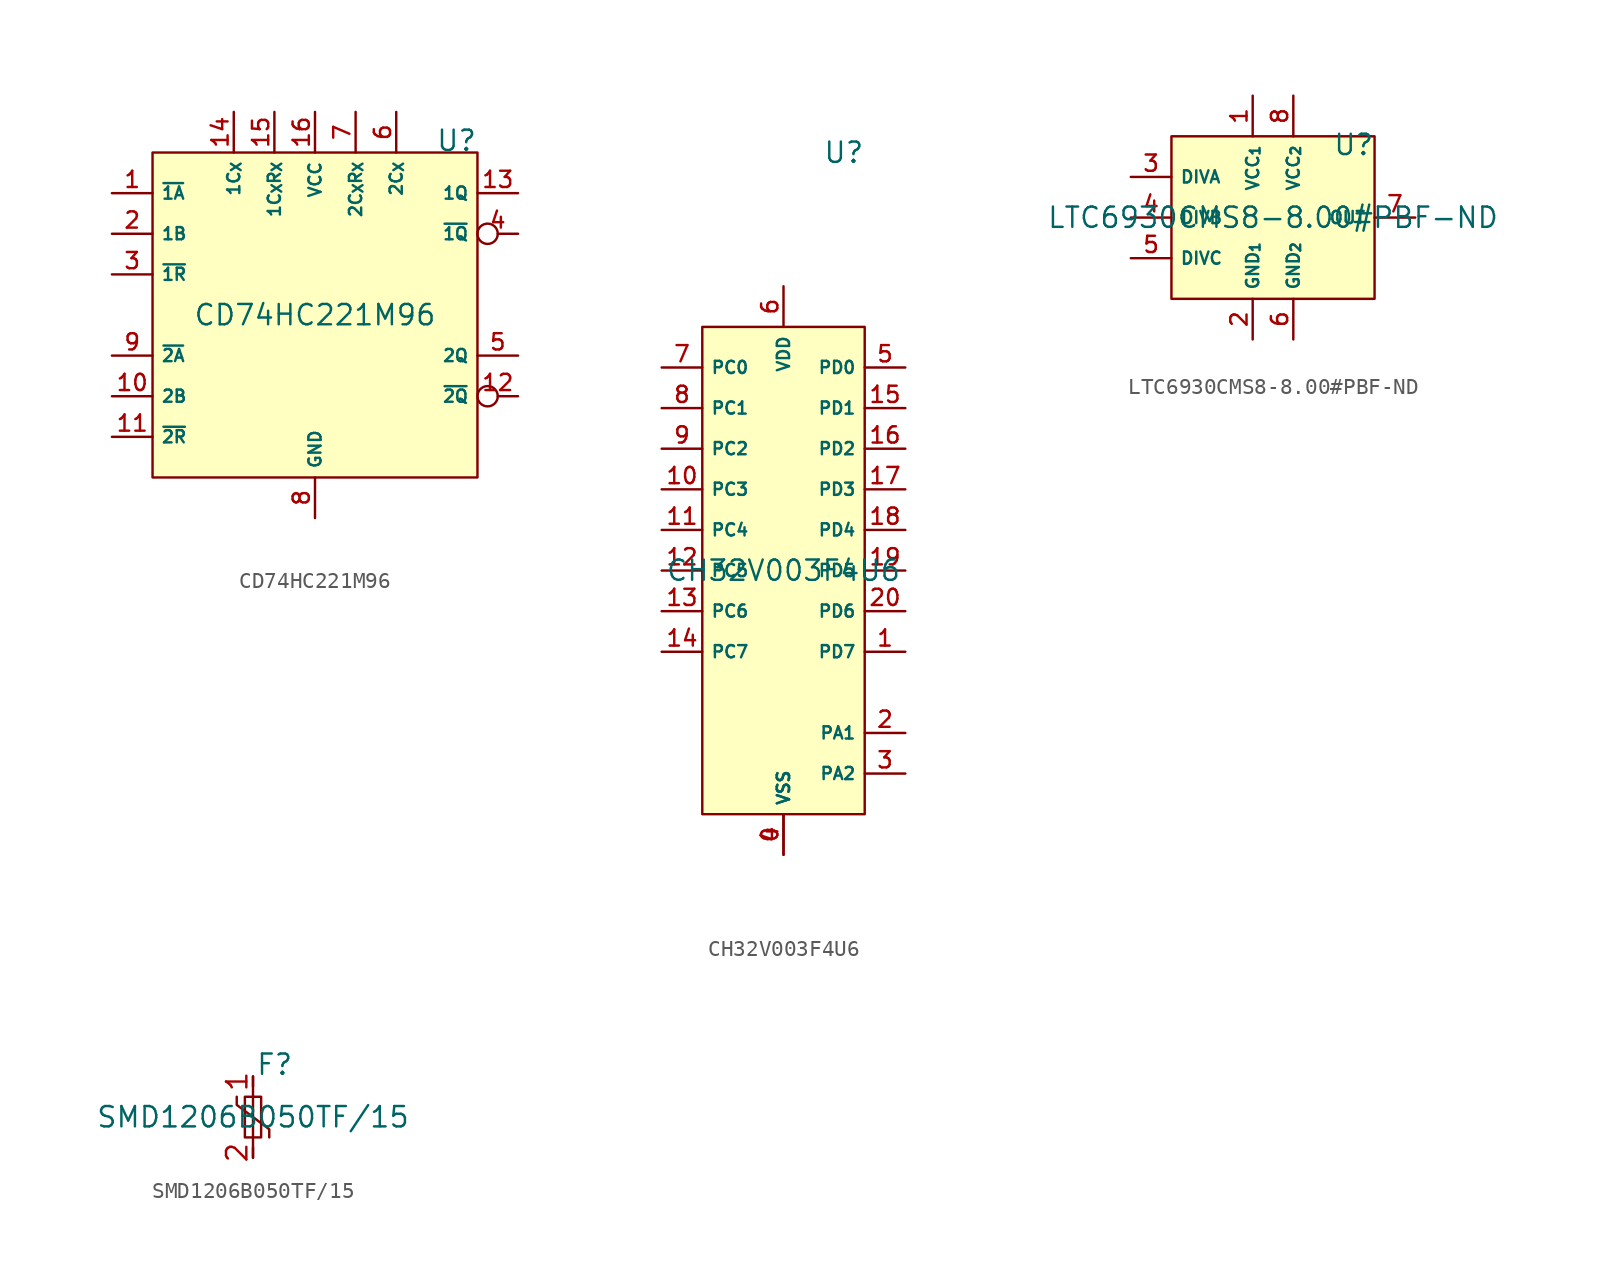
<source format=kicad_sym>
(kicad_symbol_lib
  (version 20241209)
  (generator "SymLibGen.py")
  (generator_version "1.0")
  (symbol "CD74HC221M96"
    (property "Reference" "U"
      (at 10.16 10.16 0)
      (effects (font (size 1.27 1.27)) (justify right bottom)))
    (property "Value" "CD74HC221M96"
      (at 0.0 0.0 0)
      (effects (font (size 1.27 1.27))))
    (property "Footprint" ""
      (at 0.0 0.0 0)
      (effects (font (size 1.27 1.27))))
    (property "Datasheet" ""
      (at 0.0 0.0 0)
      (effects (font (size 1.27 1.27))))
    (property "Description" ""
      (at 0.0 0.0 0)
      (effects (font (size 1.27 1.27))))
    (symbol "CD74HC221M96_1_1"
      (rectangle (start -10.16 10.16) (end 10.16 -10.16) (stroke (width 0) (type solid)) (fill (type background)))
      (pin input line (at -12.7 7.62 0) (length 2.54) (name "~{1A}" (effects (font (size 0.762 0.762)))) (number "1" (effects (font (size 1.016 1.016)))))
      (pin input line (at -12.7 5.08 0) (length 2.54) (name "1B" (effects (font (size 0.762 0.762)))) (number "2" (effects (font (size 1.016 1.016)))))
      (pin input line (at -12.7 2.54 0) (length 2.54) (name "~{1R}" (effects (font (size 0.762 0.762)))) (number "3" (effects (font (size 1.016 1.016)))))
      (pin output inverted (at 12.7 5.08 180) (length 2.54) (name "~{1Q}" (effects (font (size 0.762 0.762)))) (number "4" (effects (font (size 1.016 1.016)))))
      (pin output line (at 12.7 -2.54 180) (length 2.54) (name "2Q" (effects (font (size 0.762 0.762)))) (number "5" (effects (font (size 1.016 1.016)))))
      (pin passive line (at 5.08 12.7 270) (length 2.54) (name "2C_{X}" (effects (font (size 0.762 0.762)))) (number "6" (effects (font (size 1.016 1.016)))))
      (pin passive line (at 2.54 12.7 270) (length 2.54) (name "2C_{X}R_{X}" (effects (font (size 0.762 0.762)))) (number "7" (effects (font (size 1.016 1.016)))))
      (pin power_in line (at 0.0 -12.7 90) (length 2.54) (name "GND" (effects (font (size 0.762 0.762)))) (number "8" (effects (font (size 1.016 1.016)))))
      (pin input line (at -12.7 -2.54 0) (length 2.54) (name "~{2A}" (effects (font (size 0.762 0.762)))) (number "9" (effects (font (size 1.016 1.016)))))
      (pin input line (at -12.7 -5.08 0) (length 2.54) (name "2B" (effects (font (size 0.762 0.762)))) (number "10" (effects (font (size 1.016 1.016)))))
      (pin input line (at -12.7 -7.62 0) (length 2.54) (name "~{2R}" (effects (font (size 0.762 0.762)))) (number "11" (effects (font (size 1.016 1.016)))))
      (pin output inverted (at 12.7 -5.08 180) (length 2.54) (name "~{2Q}" (effects (font (size 0.762 0.762)))) (number "12" (effects (font (size 1.016 1.016)))))
      (pin output line (at 12.7 7.62 180) (length 2.54) (name "1Q" (effects (font (size 0.762 0.762)))) (number "13" (effects (font (size 1.016 1.016)))))
      (pin passive line (at -5.08 12.7 270) (length 2.54) (name "1C_{X}" (effects (font (size 0.762 0.762)))) (number "14" (effects (font (size 1.016 1.016)))))
      (pin passive line (at -2.54 12.7 270) (length 2.54) (name "1C_{X}R_{X}" (effects (font (size 0.762 0.762)))) (number "15" (effects (font (size 1.016 1.016)))))
      (pin power_in line (at 0.0 12.7 270) (length 2.54) (name "VCC" (effects (font (size 0.762 0.762)))) (number "16" (effects (font (size 1.016 1.016)))))))
  (symbol "CH32V003F4U6"
    (property "Reference" "U"
      (at 5.08 25.4 0)
      (effects (font (size 1.27 1.27)) (justify right bottom)))
    (property "Value" "CH32V003F4U6"
      (at 0.0 0.0 0)
      (effects (font (size 1.27 1.27))))
    (property "Footprint" ""
      (at 0.0 0.0 0)
      (effects (font (size 1.27 1.27))))
    (property "Datasheet" ""
      (at 0.0 0.0 0)
      (effects (font (size 1.27 1.27))))
    (property "Description" ""
      (at 0.0 0.0 0)
      (effects (font (size 1.27 1.27))))
    (symbol "CH32V003F4U6_1_1"
      (rectangle (start -5.08 15.24) (end 5.08 -15.24) (stroke (width 0) (type solid)) (fill (type background)))
      (pin power_in line (at 0.0 -17.78 90) (length 2.54) (name "VSS" (effects (font (size 0.762 0.762)))) (number "0" (effects (font (size 1.016 1.016)))))
      (pin bidirectional line (at 7.62 -5.08 180) (length 2.54) (name "PD7" (effects (font (size 0.762 0.762)))) (number "1" (effects (font (size 1.016 1.016)))))
      (pin bidirectional line (at 7.62 -10.16 180) (length 2.54) (name "PA1" (effects (font (size 0.762 0.762)))) (number "2" (effects (font (size 1.016 1.016)))))
      (pin bidirectional line (at 7.62 -12.7 180) (length 2.54) (name "PA2" (effects (font (size 0.762 0.762)))) (number "3" (effects (font (size 1.016 1.016)))))
      (pin power_in line (at 0.0 -17.78 90) (length 2.54) (name "VSS" (effects (font (size 0.762 0.762)))) (number "4" (effects (font (size 1.016 1.016)))))
      (pin bidirectional line (at 7.62 12.7 180) (length 2.54) (name "PD0" (effects (font (size 0.762 0.762)))) (number "5" (effects (font (size 1.016 1.016)))))
      (pin power_in line (at 0.0 17.78 270) (length 2.54) (name "VDD" (effects (font (size 0.762 0.762)))) (number "6" (effects (font (size 1.016 1.016)))))
      (pin bidirectional line (at -7.62 12.7 0) (length 2.54) (name "PC0" (effects (font (size 0.762 0.762)))) (number "7" (effects (font (size 1.016 1.016)))))
      (pin bidirectional line (at -7.62 10.16 0) (length 2.54) (name "PC1" (effects (font (size 0.762 0.762)))) (number "8" (effects (font (size 1.016 1.016)))))
      (pin bidirectional line (at -7.62 7.62 0) (length 2.54) (name "PC2" (effects (font (size 0.762 0.762)))) (number "9" (effects (font (size 1.016 1.016)))))
      (pin bidirectional line (at -7.62 5.08 0) (length 2.54) (name "PC3" (effects (font (size 0.762 0.762)))) (number "10" (effects (font (size 1.016 1.016)))))
      (pin bidirectional line (at -7.62 2.54 0) (length 2.54) (name "PC4" (effects (font (size 0.762 0.762)))) (number "11" (effects (font (size 1.016 1.016)))))
      (pin bidirectional line (at -7.62 -0.0 0) (length 2.54) (name "PC5" (effects (font (size 0.762 0.762)))) (number "12" (effects (font (size 1.016 1.016)))))
      (pin bidirectional line (at -7.62 -2.54 0) (length 2.54) (name "PC6" (effects (font (size 0.762 0.762)))) (number "13" (effects (font (size 1.016 1.016)))))
      (pin bidirectional line (at -7.62 -5.08 0) (length 2.54) (name "PC7" (effects (font (size 0.762 0.762)))) (number "14" (effects (font (size 1.016 1.016)))))
      (pin bidirectional line (at 7.62 10.16 180) (length 2.54) (name "PD1" (effects (font (size 0.762 0.762)))) (number "15" (effects (font (size 1.016 1.016)))))
      (pin bidirectional line (at 7.62 7.62 180) (length 2.54) (name "PD2" (effects (font (size 0.762 0.762)))) (number "16" (effects (font (size 1.016 1.016)))))
      (pin bidirectional line (at 7.62 5.08 180) (length 2.54) (name "PD3" (effects (font (size 0.762 0.762)))) (number "17" (effects (font (size 1.016 1.016)))))
      (pin bidirectional line (at 7.62 2.54 180) (length 2.54) (name "PD4" (effects (font (size 0.762 0.762)))) (number "18" (effects (font (size 1.016 1.016)))))
      (pin bidirectional line (at 7.62 -0.0 180) (length 2.54) (name "PD5" (effects (font (size 0.762 0.762)))) (number "19" (effects (font (size 1.016 1.016)))))
      (pin bidirectional line (at 7.62 -2.54 180) (length 2.54) (name "PD6" (effects (font (size 0.762 0.762)))) (number "20" (effects (font (size 1.016 1.016)))))))
  (symbol "LTC6930CMS8-8.00#PBF-ND"
    (property "Reference" "U"
      (at 6.35 3.81 0)
      (effects (font (size 1.27 1.27)) (justify right bottom)))
    (property "Value" "LTC6930CMS8-8.00#PBF-ND"
      (at 0.0 0.0 0)
      (effects (font (size 1.27 1.27))))
    (property "Footprint" ""
      (at 0.0 0.0 0)
      (effects (font (size 1.27 1.27))))
    (property "Datasheet" ""
      (at 0.0 0.0 0)
      (effects (font (size 1.27 1.27))))
    (property "Description" ""
      (at 0.0 0.0 0)
      (effects (font (size 1.27 1.27))))
    (symbol "LTC6930CMS8-8.00#PBF-ND_1_1"
      (rectangle (start -6.35 5.08) (end 6.35 -5.08) (stroke (width 0) (type solid)) (fill (type background)))
      (pin power_in line (at -1.27 7.62 270) (length 2.54) (name "VCC_{1}" (effects (font (size 0.762 0.762)))) (number "1" (effects (font (size 1.016 1.016)))))
      (pin power_in line (at -1.27 -7.62 90) (length 2.54) (name "GND_{1}" (effects (font (size 0.762 0.762)))) (number "2" (effects (font (size 1.016 1.016)))))
      (pin input line (at -8.89 2.54 0) (length 2.54) (name "DIVA" (effects (font (size 0.762 0.762)))) (number "3" (effects (font (size 1.016 1.016)))))
      (pin input line (at -8.89 -0.0 0) (length 2.54) (name "DIVB" (effects (font (size 0.762 0.762)))) (number "4" (effects (font (size 1.016 1.016)))))
      (pin input line (at -8.89 -2.54 0) (length 2.54) (name "DIVC" (effects (font (size 0.762 0.762)))) (number "5" (effects (font (size 1.016 1.016)))))
      (pin power_in line (at 1.27 -7.62 90) (length 2.54) (name "GND_{2}" (effects (font (size 0.762 0.762)))) (number "6" (effects (font (size 1.016 1.016)))))
      (pin output line (at 8.89 -0.0 180) (length 2.54) (name "OUT" (effects (font (size 0.762 0.762)))) (number "7" (effects (font (size 1.016 1.016)))))
      (pin power_in line (at 1.27 7.62 270) (length 2.54) (name "VCC_{2}" (effects (font (size 0.762 0.762)))) (number "8" (effects (font (size 1.016 1.016)))))))
  (symbol "SMD1206B050TF/15"
    (property "Reference" "F"
      (at 2.54 2.54 0)
      (effects (font (size 1.27 1.27)) (justify right bottom)))
    (property "Value" "SMD1206B050TF/15"
      (at 0.0 0.0 0)
      (effects (font (size 1.27 1.27))))
    (property "Footprint" ""
      (at 0.0 0.0 0)
      (effects (font (size 1.27 1.27))))
    (property "Datasheet" ""
      (at 0.0 0.0 0)
      (effects (font (size 1.27 1.27))))
    (property "Description" ""
      (at 0.0 0.0 0)
      (effects (font (size 1.27 1.27))))
    (symbol "SMD1206B050TF/15_1_1"
      (polyline (pts (xy -1.016 1.27) (xy -1.016 0.762) (xy 1.016 -0.762) (xy 1.016 -1.27)) (stroke (width 0) (type default)) (fill (type none)))
      (rectangle (start -0.508 1.27) (end 0.508 -1.27) (stroke (width 0) (type default)) (fill (type none)))
      (polyline (pts (xy 0 2.54) (xy 0 -2.54)) (stroke (width 0) (type default)) (fill (type none)))
      (pin passive line (at 0 2.54 270) (length 0.635) (name "~" (effects (font (size 1.27 1.27)))) (number "1" (effects (font (size 1.27 1.27)))))
      (pin passive line (at 0 -2.54 90) (length 0.635) (name "~" (effects (font (size 1.27 1.27)))) (number "2" (effects (font (size 1.27 1.27))))))))
</source>
